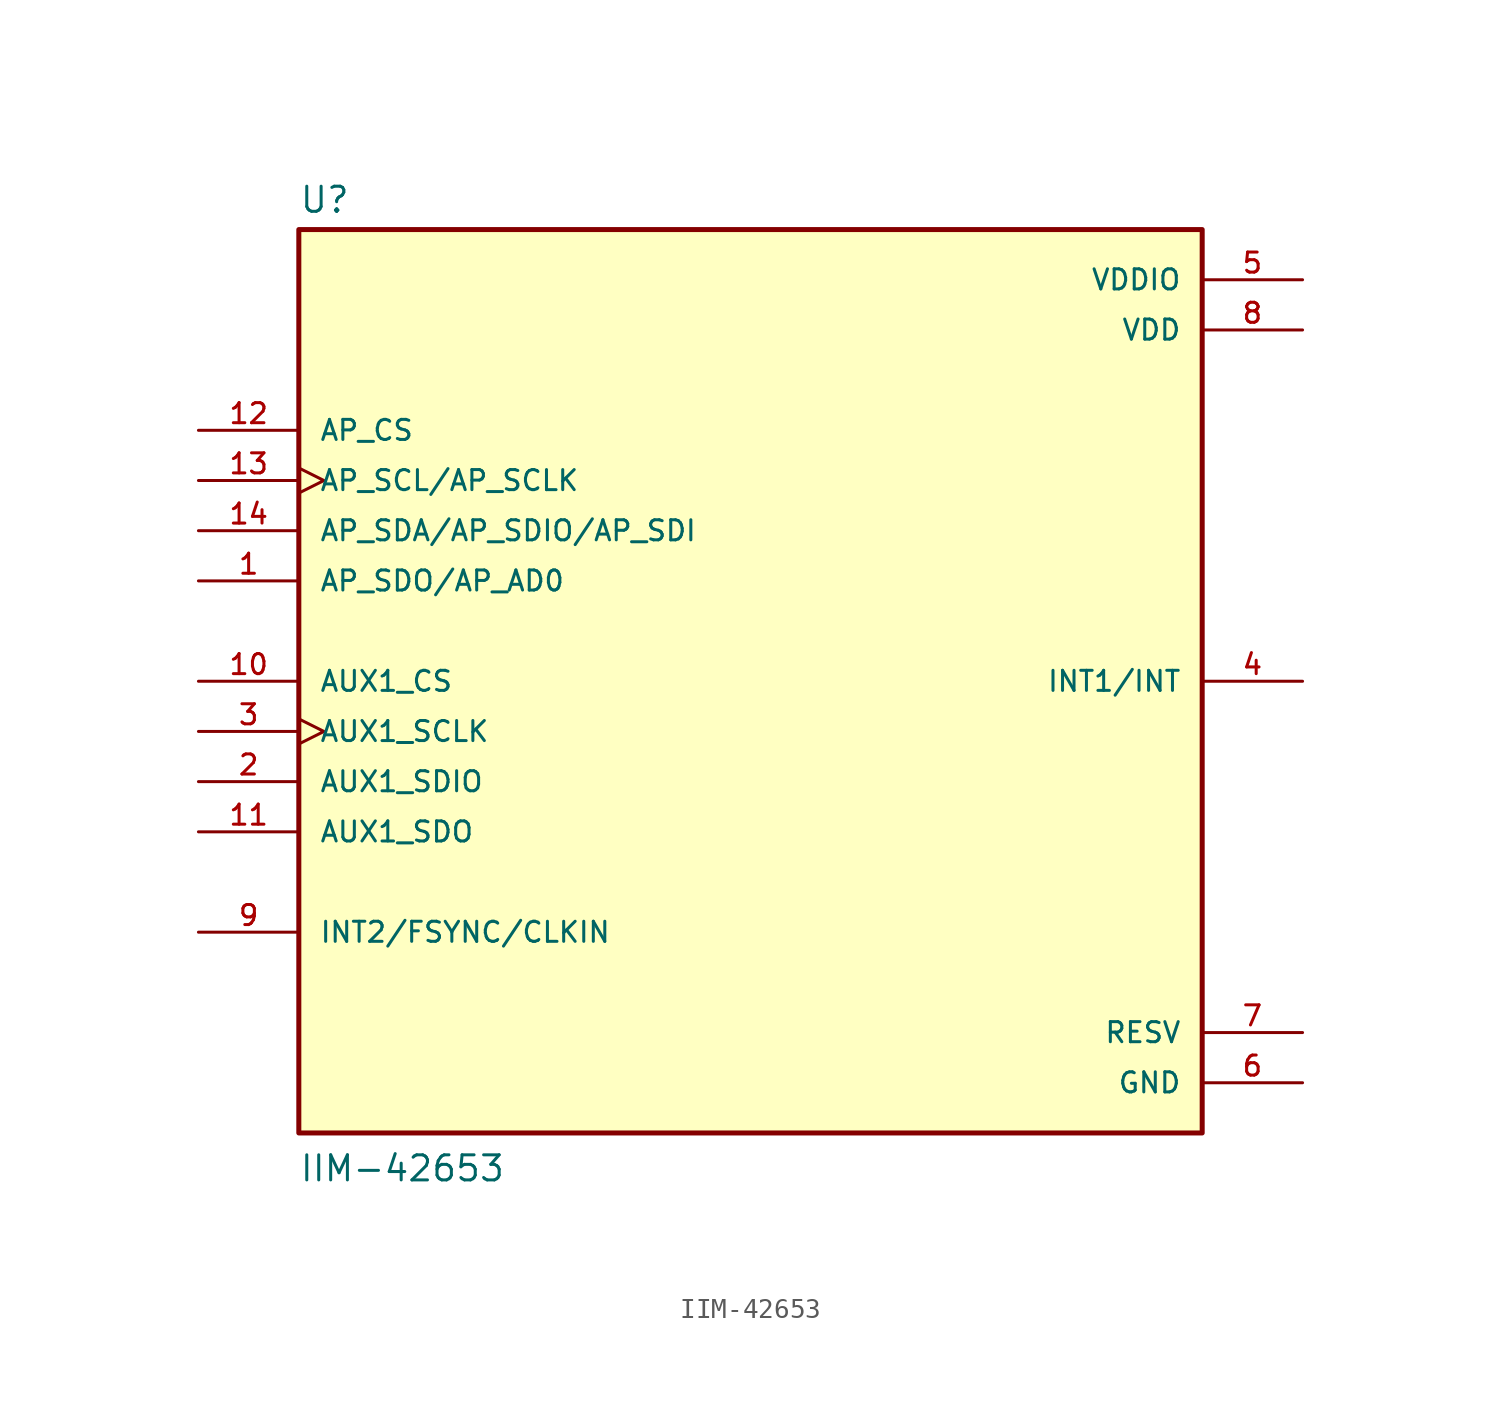
<source format=kicad_sym>
(kicad_symbol_lib
  (version 20211014)
  (generator kicad_symbol_editor)
  (symbol "IIM-42653"
    (pin_names
      (offset 1.016))
    (property "Reference" "U"
      (at -22.86 23.622 0)
      (effects (font (size 1.27 1.27)) (justify bottom left)))
    (property "Value" "IIM-42653"
      (at -22.86 -25.4 0)
      (effects (font (size 1.27 1.27)) (justify bottom left)))
    (symbol "IIM-42653_0_0"
      (rectangle (start -22.86 -22.86) (end 22.86 22.86) (stroke (width 0.254)) (fill (type background)))
      (pin bidirectional line (at -27.94 5.08 0) (length 5.08) (name "AP_SDO/AP_AD0" (effects (font (size 1.016 1.016)))) (number "1" (effects (font (size 1.016 1.016)))))
      (pin output line (at 27.94 0.0 180.0) (length 5.08) (name "INT1/INT" (effects (font (size 1.016 1.016)))) (number "4" (effects (font (size 1.016 1.016)))))
      (pin power_in line (at 27.94 20.32 180.0) (length 5.08) (name "VDDIO" (effects (font (size 1.016 1.016)))) (number "5" (effects (font (size 1.016 1.016)))))
      (pin power_in line (at 27.94 -20.32 180.0) (length 5.08) (name "GND" (effects (font (size 1.016 1.016)))) (number "6" (effects (font (size 1.016 1.016)))))
      (pin power_in line (at 27.94 17.78 180.0) (length 5.08) (name "VDD" (effects (font (size 1.016 1.016)))) (number "8" (effects (font (size 1.016 1.016)))))
      (pin bidirectional line (at -27.94 -12.7 0) (length 5.08) (name "INT2/FSYNC/CLKIN" (effects (font (size 1.016 1.016)))) (number "9" (effects (font (size 1.016 1.016)))))
      (pin input line (at -27.94 12.7 0) (length 5.08) (name "AP_CS" (effects (font (size 1.016 1.016)))) (number "12" (effects (font (size 1.016 1.016)))))
      (pin input clock (at -27.94 10.16 0) (length 5.08) (name "AP_SCL/AP_SCLK" (effects (font (size 1.016 1.016)))) (number "13" (effects (font (size 1.016 1.016)))))
      (pin bidirectional line (at -27.94 7.62 0) (length 5.08) (name "AP_SDA/AP_SDIO/AP_SDI" (effects (font (size 1.016 1.016)))) (number "14" (effects (font (size 1.016 1.016)))))
      (pin power_in line (at 27.94 -17.78 180.0) (length 5.08) (name "RESV" (effects (font (size 1.016 1.016)))) (number "7" (effects (font (size 1.016 1.016)))))
      (pin bidirectional line (at -27.94 -5.08 0) (length 5.08) (name "AUX1_SDIO" (effects (font (size 1.016 1.016)))) (number "2" (effects (font (size 1.016 1.016)))))
      (pin input clock (at -27.94 -2.54 0) (length 5.08) (name "AUX1_SCLK" (effects (font (size 1.016 1.016)))) (number "3" (effects (font (size 1.016 1.016)))))
      (pin output line (at -27.94 -7.62 0) (length 5.08) (name "AUX1_SDO" (effects (font (size 1.016 1.016)))) (number "11" (effects (font (size 1.016 1.016)))))
      (pin input line (at -27.94 0.0 0) (length 5.08) (name "AUX1_CS" (effects (font (size 1.016 1.016)))) (number "10" (effects (font (size 1.016 1.016))))))))
</source>
